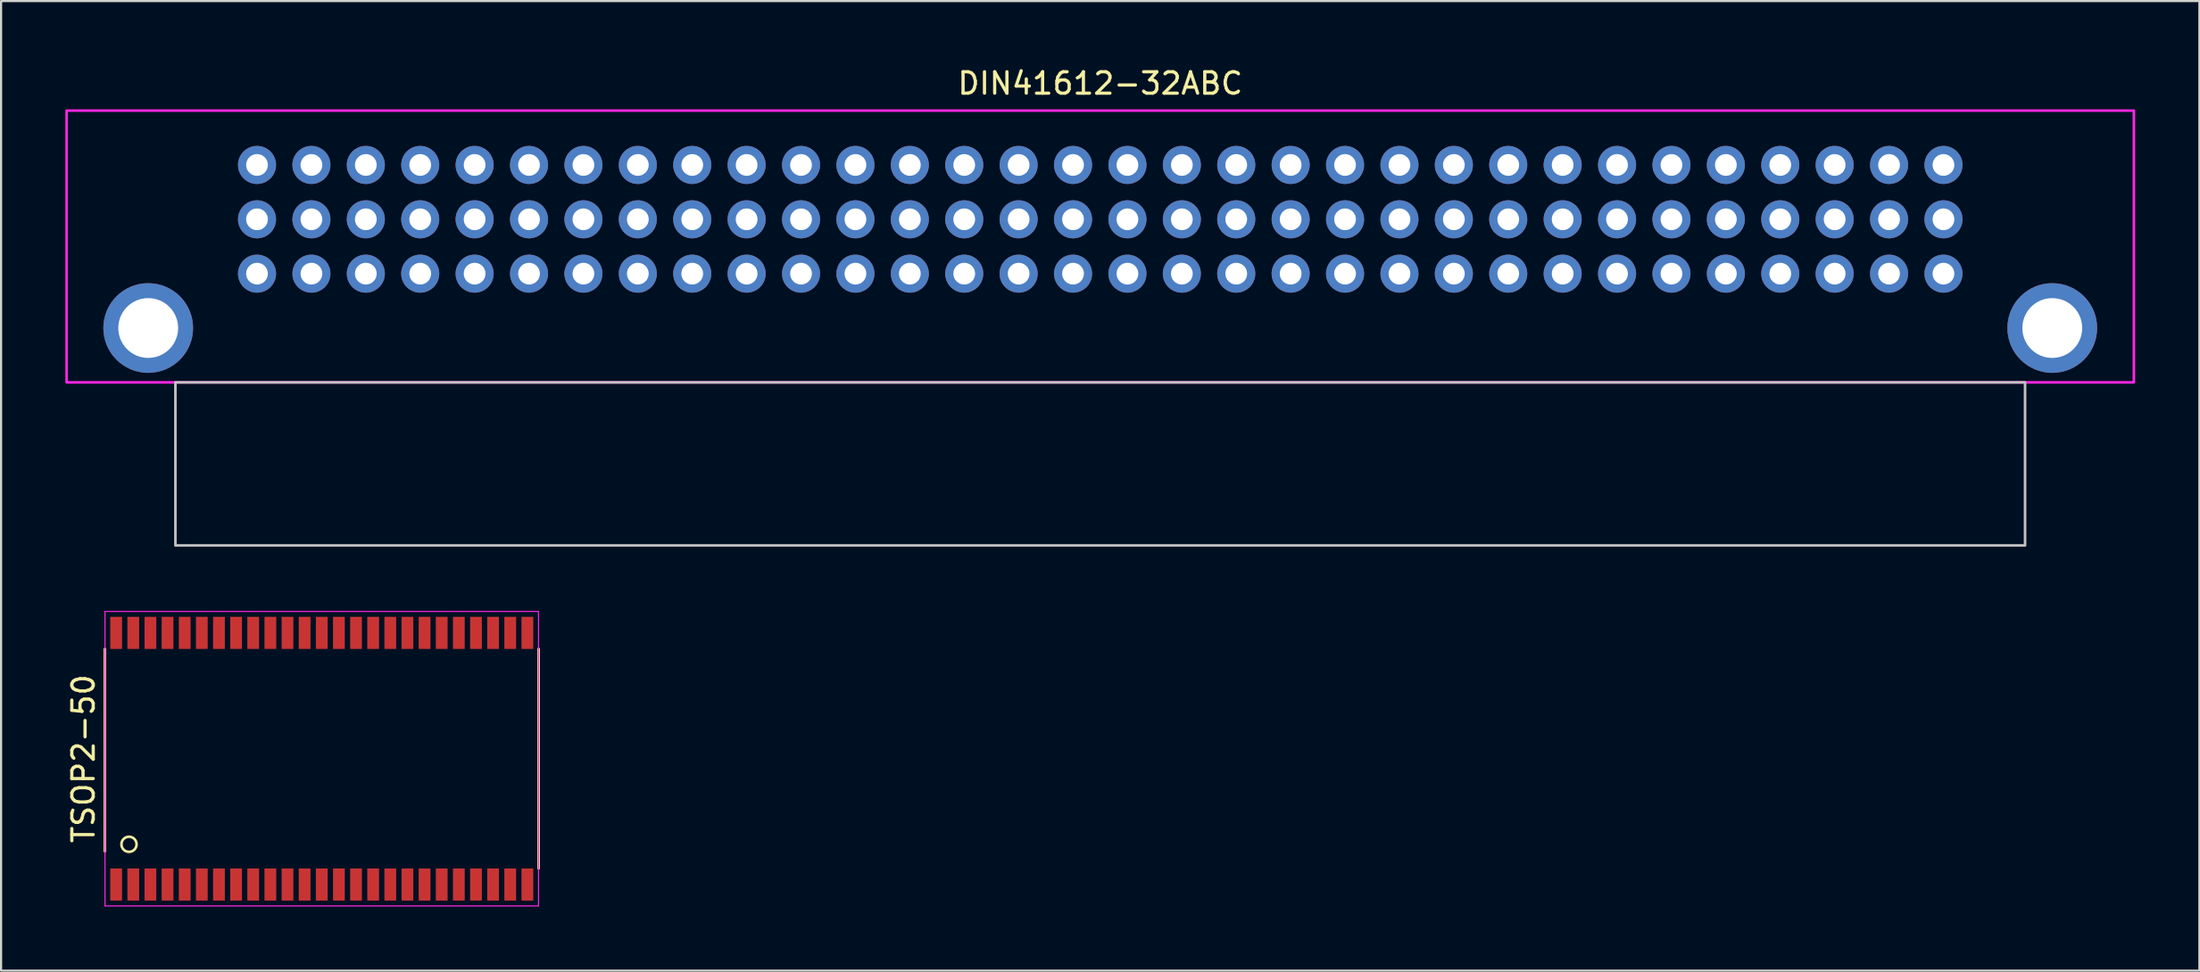
<source format=kicad_pcb>
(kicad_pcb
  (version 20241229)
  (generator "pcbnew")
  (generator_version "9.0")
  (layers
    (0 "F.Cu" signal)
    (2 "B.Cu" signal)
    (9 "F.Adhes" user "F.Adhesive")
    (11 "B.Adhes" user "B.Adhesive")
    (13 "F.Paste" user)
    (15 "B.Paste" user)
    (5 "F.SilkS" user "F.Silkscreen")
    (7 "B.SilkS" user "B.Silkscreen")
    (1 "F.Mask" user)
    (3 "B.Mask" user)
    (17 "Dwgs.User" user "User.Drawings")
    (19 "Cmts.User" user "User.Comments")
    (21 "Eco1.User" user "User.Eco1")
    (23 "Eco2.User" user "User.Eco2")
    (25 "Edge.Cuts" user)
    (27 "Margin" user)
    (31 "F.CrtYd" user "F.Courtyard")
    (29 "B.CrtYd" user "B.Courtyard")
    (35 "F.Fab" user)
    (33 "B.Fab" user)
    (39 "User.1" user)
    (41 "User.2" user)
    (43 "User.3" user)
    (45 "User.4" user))
  (footprint "DIN41612-32ABC"
    (layer "F.Cu")
    (at 48.32 12.278)
    (property "Reference" "DIN41612-32ABC" (at 0 -11.43 0) (unlocked yes) (layer "F.SilkS") (effects (font (size 1 1) (thickness 0.15))))
    (attr through_hole)
    (fp_rect (start -43.18 2.54) (end 43.18 10.16) (stroke (width 0.12) (type default)) (fill no) (layer "Dwgs.User"))
    (fp_rect (start -48.26 2.54) (end 48.26 -10.16) (stroke (width 0.12) (type default)) (fill no) (layer "F.CrtYd"))
    (pad "" thru_hole circle (at -44.45 0) (size 4.191 4.191) (drill 2.794) (layers "*.Cu" "*.Mask"))
    (pad "" thru_hole circle (at 44.45 0) (size 4.191 4.191) (drill 2.794) (layers "*.Cu" "*.Mask"))
    (pad "A1" thru_hole circle (at 39.37 -2.54) (size 1.778 1.778) (drill 1.016) (layers "*.Cu" "*.Mask"))
    (pad "A2" thru_hole circle (at 36.83 -2.54) (size 1.778 1.778) (drill 1.016) (layers "*.Cu" "*.Mask"))
    (pad "A3" thru_hole circle (at 34.29 -2.54) (size 1.778 1.778) (drill 1.016) (layers "*.Cu" "*.Mask"))
    (pad "A4" thru_hole circle (at 31.75 -2.54) (size 1.778 1.778) (drill 1.016) (layers "*.Cu" "*.Mask"))
    (pad "A5" thru_hole circle (at 29.21 -2.54) (size 1.778 1.778) (drill 1.016) (layers "*.Cu" "*.Mask"))
    (pad "A6" thru_hole circle (at 26.67 -2.54) (size 1.778 1.778) (drill 1.016) (layers "*.Cu" "*.Mask"))
    (pad "A7" thru_hole circle (at 24.13 -2.54) (size 1.778 1.778) (drill 1.016) (layers "*.Cu" "*.Mask"))
    (pad "A8" thru_hole circle (at 21.59 -2.54) (size 1.778 1.778) (drill 1.016) (layers "*.Cu" "*.Mask"))
    (pad "A9" thru_hole circle (at 19.05 -2.54) (size 1.778 1.778) (drill 1.016) (layers "*.Cu" "*.Mask"))
    (pad "A10" thru_hole circle (at 16.51 -2.54) (size 1.778 1.778) (drill 1.016) (layers "*.Cu" "*.Mask"))
    (pad "A11" thru_hole circle (at 13.97 -2.54) (size 1.778 1.778) (drill 1.016) (layers "*.Cu" "*.Mask"))
    (pad "A12" thru_hole circle (at 11.43 -2.54) (size 1.778 1.778) (drill 1.016) (layers "*.Cu" "*.Mask"))
    (pad "A13" thru_hole circle (at 8.89 -2.54) (size 1.778 1.778) (drill 1.016) (layers "*.Cu" "*.Mask"))
    (pad "A14" thru_hole circle (at 6.35 -2.54) (size 1.778 1.778) (drill 1.016) (layers "*.Cu" "*.Mask"))
    (pad "A15" thru_hole circle (at 3.81 -2.54) (size 1.778 1.778) (drill 1.016) (layers "*.Cu" "*.Mask"))
    (pad "A16" thru_hole circle (at 1.27 -2.54) (size 1.778 1.778) (drill 1.016) (layers "*.Cu" "*.Mask"))
    (pad "A17" thru_hole circle (at -1.27 -2.54) (size 1.778 1.778) (drill 1.016) (layers "*.Cu" "*.Mask"))
    (pad "A18" thru_hole circle (at -3.81 -2.54) (size 1.778 1.778) (drill 1.016) (layers "*.Cu" "*.Mask"))
    (pad "A19" thru_hole circle (at -6.35 -2.54) (size 1.778 1.778) (drill 1.016) (layers "*.Cu" "*.Mask"))
    (pad "A20" thru_hole circle (at -8.89 -2.54) (size 1.778 1.778) (drill 1.016) (layers "*.Cu" "*.Mask"))
    (pad "A21" thru_hole circle (at -11.43 -2.54) (size 1.778 1.778) (drill 1.016) (layers "*.Cu" "*.Mask"))
    (pad "A22" thru_hole circle (at -13.97 -2.54) (size 1.778 1.778) (drill 1.016) (layers "*.Cu" "*.Mask"))
    (pad "A23" thru_hole circle (at -16.51 -2.54) (size 1.778 1.778) (drill 1.016) (layers "*.Cu" "*.Mask"))
    (pad "A24" thru_hole circle (at -19.05 -2.54) (size 1.778 1.778) (drill 1.016) (layers "*.Cu" "*.Mask"))
    (pad "A25" thru_hole circle (at -21.59 -2.54) (size 1.778 1.778) (drill 1.016) (layers "*.Cu" "*.Mask"))
    (pad "A26" thru_hole circle (at -24.13 -2.54) (size 1.778 1.778) (drill 1.016) (layers "*.Cu" "*.Mask"))
    (pad "A27" thru_hole circle (at -26.67 -2.54) (size 1.778 1.778) (drill 1.016) (layers "*.Cu" "*.Mask"))
    (pad "A28" thru_hole circle (at -29.21 -2.54) (size 1.778 1.778) (drill 1.016) (layers "*.Cu" "*.Mask"))
    (pad "A29" thru_hole circle (at -31.75 -2.54) (size 1.778 1.778) (drill 1.016) (layers "*.Cu" "*.Mask"))
    (pad "A30" thru_hole circle (at -34.29 -2.54) (size 1.778 1.778) (drill 1.016) (layers "*.Cu" "*.Mask"))
    (pad "A31" thru_hole circle (at -36.83 -2.54) (size 1.778 1.778) (drill 1.016) (layers "*.Cu" "*.Mask"))
    (pad "A32" thru_hole circle (at -39.37 -2.54) (size 1.778 1.778) (drill 1.016) (layers "*.Cu" "*.Mask"))
    (pad "B1" thru_hole circle (at 39.37 -5.08) (size 1.778 1.778) (drill 1.016) (layers "*.Cu" "*.Mask"))
    (pad "B2" thru_hole circle (at 36.83 -5.08) (size 1.778 1.778) (drill 1.016) (layers "*.Cu" "*.Mask"))
    (pad "B3" thru_hole circle (at 34.29 -5.08) (size 1.778 1.778) (drill 1.016) (layers "*.Cu" "*.Mask"))
    (pad "B4" thru_hole circle (at 31.75 -5.08) (size 1.778 1.778) (drill 1.016) (layers "*.Cu" "*.Mask"))
    (pad "B5" thru_hole circle (at 29.21 -5.08) (size 1.778 1.778) (drill 1.016) (layers "*.Cu" "*.Mask"))
    (pad "B6" thru_hole circle (at 26.67 -5.08) (size 1.778 1.778) (drill 1.016) (layers "*.Cu" "*.Mask"))
    (pad "B7" thru_hole circle (at 24.13 -5.08) (size 1.778 1.778) (drill 1.016) (layers "*.Cu" "*.Mask"))
    (pad "B8" thru_hole circle (at 21.59 -5.08) (size 1.778 1.778) (drill 1.016) (layers "*.Cu" "*.Mask"))
    (pad "B9" thru_hole circle (at 19.05 -5.08) (size 1.778 1.778) (drill 1.016) (layers "*.Cu" "*.Mask"))
    (pad "B10" thru_hole circle (at 16.51 -5.08) (size 1.778 1.778) (drill 1.016) (layers "*.Cu" "*.Mask"))
    (pad "B11" thru_hole circle (at 13.97 -5.08) (size 1.778 1.778) (drill 1.016) (layers "*.Cu" "*.Mask"))
    (pad "B12" thru_hole circle (at 11.43 -5.08) (size 1.778 1.778) (drill 1.016) (layers "*.Cu" "*.Mask"))
    (pad "B13" thru_hole circle (at 8.89 -5.08) (size 1.778 1.778) (drill 1.016) (layers "*.Cu" "*.Mask"))
    (pad "B14" thru_hole circle (at 6.35 -5.08) (size 1.778 1.778) (drill 1.016) (layers "*.Cu" "*.Mask"))
    (pad "B15" thru_hole circle (at 3.81 -5.08) (size 1.778 1.778) (drill 1.016) (layers "*.Cu" "*.Mask"))
    (pad "B16" thru_hole circle (at 1.27 -5.08) (size 1.778 1.778) (drill 1.016) (layers "*.Cu" "*.Mask"))
    (pad "B17" thru_hole circle (at -1.27 -5.08) (size 1.778 1.778) (drill 1.016) (layers "*.Cu" "*.Mask"))
    (pad "B18" thru_hole circle (at -3.81 -5.08) (size 1.778 1.778) (drill 1.016) (layers "*.Cu" "*.Mask"))
    (pad "B19" thru_hole circle (at -6.35 -5.08) (size 1.778 1.778) (drill 1.016) (layers "*.Cu" "*.Mask"))
    (pad "B20" thru_hole circle (at -8.89 -5.08) (size 1.778 1.778) (drill 1.016) (layers "*.Cu" "*.Mask"))
    (pad "B21" thru_hole circle (at -11.43 -5.08) (size 1.778 1.778) (drill 1.016) (layers "*.Cu" "*.Mask"))
    (pad "B22" thru_hole circle (at -13.97 -5.08) (size 1.778 1.778) (drill 1.016) (layers "*.Cu" "*.Mask"))
    (pad "B23" thru_hole circle (at -16.51 -5.08) (size 1.778 1.778) (drill 1.016) (layers "*.Cu" "*.Mask"))
    (pad "B24" thru_hole circle (at -19.05 -5.08) (size 1.778 1.778) (drill 1.016) (layers "*.Cu" "*.Mask"))
    (pad "B25" thru_hole circle (at -21.59 -5.08) (size 1.778 1.778) (drill 1.016) (layers "*.Cu" "*.Mask"))
    (pad "B26" thru_hole circle (at -24.13 -5.08) (size 1.778 1.778) (drill 1.016) (layers "*.Cu" "*.Mask"))
    (pad "B27" thru_hole circle (at -26.67 -5.08) (size 1.778 1.778) (drill 1.016) (layers "*.Cu" "*.Mask"))
    (pad "B28" thru_hole circle (at -29.21 -5.08) (size 1.778 1.778) (drill 1.016) (layers "*.Cu" "*.Mask"))
    (pad "B29" thru_hole circle (at -31.75 -5.08) (size 1.778 1.778) (drill 1.016) (layers "*.Cu" "*.Mask"))
    (pad "B30" thru_hole circle (at -34.29 -5.08) (size 1.778 1.778) (drill 1.016) (layers "*.Cu" "*.Mask"))
    (pad "B31" thru_hole circle (at -36.83 -5.08) (size 1.778 1.778) (drill 1.016) (layers "*.Cu" "*.Mask"))
    (pad "B32" thru_hole circle (at -39.37 -5.08) (size 1.778 1.778) (drill 1.016) (layers "*.Cu" "*.Mask"))
    (pad "C1" thru_hole circle (at 39.37 -7.62) (size 1.778 1.778) (drill 1.016) (layers "*.Cu" "*.Mask"))
    (pad "C2" thru_hole circle (at 36.83 -7.62) (size 1.778 1.778) (drill 1.016) (layers "*.Cu" "*.Mask"))
    (pad "C3" thru_hole circle (at 34.29 -7.62) (size 1.778 1.778) (drill 1.016) (layers "*.Cu" "*.Mask"))
    (pad "C4" thru_hole circle (at 31.75 -7.62) (size 1.778 1.778) (drill 1.016) (layers "*.Cu" "*.Mask"))
    (pad "C5" thru_hole circle (at 29.21 -7.62) (size 1.778 1.778) (drill 1.016) (layers "*.Cu" "*.Mask"))
    (pad "C6" thru_hole circle (at 26.67 -7.62) (size 1.778 1.778) (drill 1.016) (layers "*.Cu" "*.Mask"))
    (pad "C7" thru_hole circle (at 24.13 -7.62) (size 1.778 1.778) (drill 1.016) (layers "*.Cu" "*.Mask"))
    (pad "C8" thru_hole circle (at 21.59 -7.62) (size 1.778 1.778) (drill 1.016) (layers "*.Cu" "*.Mask"))
    (pad "C9" thru_hole circle (at 19.05 -7.62) (size 1.778 1.778) (drill 1.016) (layers "*.Cu" "*.Mask"))
    (pad "C10" thru_hole circle (at 16.51 -7.62) (size 1.778 1.778) (drill 1.016) (layers "*.Cu" "*.Mask"))
    (pad "C11" thru_hole circle (at 13.97 -7.62) (size 1.778 1.778) (drill 1.016) (layers "*.Cu" "*.Mask"))
    (pad "C12" thru_hole circle (at 11.43 -7.62) (size 1.778 1.778) (drill 1.016) (layers "*.Cu" "*.Mask"))
    (pad "C13" thru_hole circle (at 8.89 -7.62) (size 1.778 1.778) (drill 1.016) (layers "*.Cu" "*.Mask"))
    (pad "C14" thru_hole circle (at 6.35 -7.62) (size 1.778 1.778) (drill 1.016) (layers "*.Cu" "*.Mask"))
    (pad "C15" thru_hole circle (at 3.81 -7.62) (size 1.778 1.778) (drill 1.016) (layers "*.Cu" "*.Mask"))
    (pad "C16" thru_hole circle (at 1.27 -7.62) (size 1.778 1.778) (drill 1.016) (layers "*.Cu" "*.Mask"))
    (pad "C17" thru_hole circle (at -1.27 -7.62) (size 1.778 1.778) (drill 1.016) (layers "*.Cu" "*.Mask"))
    (pad "C18" thru_hole circle (at -3.81 -7.62) (size 1.778 1.778) (drill 1.016) (layers "*.Cu" "*.Mask"))
    (pad "C19" thru_hole circle (at -6.35 -7.62) (size 1.778 1.778) (drill 1.016) (layers "*.Cu" "*.Mask"))
    (pad "C20" thru_hole circle (at -8.89 -7.62) (size 1.778 1.778) (drill 1.016) (layers "*.Cu" "*.Mask"))
    (pad "C21" thru_hole circle (at -11.43 -7.62) (size 1.778 1.778) (drill 1.016) (layers "*.Cu" "*.Mask"))
    (pad "C22" thru_hole circle (at -13.97 -7.62) (size 1.778 1.778) (drill 1.016) (layers "*.Cu" "*.Mask"))
    (pad "C23" thru_hole circle (at -16.51 -7.62) (size 1.778 1.778) (drill 1.016) (layers "*.Cu" "*.Mask"))
    (pad "C24" thru_hole circle (at -19.05 -7.62) (size 1.778 1.778) (drill 1.016) (layers "*.Cu" "*.Mask"))
    (pad "C25" thru_hole circle (at -21.59 -7.62) (size 1.778 1.778) (drill 1.016) (layers "*.Cu" "*.Mask"))
    (pad "C26" thru_hole circle (at -24.13 -7.62) (size 1.778 1.778) (drill 1.016) (layers "*.Cu" "*.Mask"))
    (pad "C27" thru_hole circle (at -26.67 -7.62) (size 1.778 1.778) (drill 1.016) (layers "*.Cu" "*.Mask"))
    (pad "C28" thru_hole circle (at -29.21 -7.62) (size 1.778 1.778) (drill 1.016) (layers "*.Cu" "*.Mask"))
    (pad "C29" thru_hole circle (at -31.75 -7.62) (size 1.778 1.778) (drill 1.016) (layers "*.Cu" "*.Mask"))
    (pad "C30" thru_hole circle (at -34.29 -7.62) (size 1.778 1.778) (drill 1.016) (layers "*.Cu" "*.Mask"))
    (pad "C31" thru_hole circle (at -36.83 -7.62) (size 1.778 1.778) (drill 1.016) (layers "*.Cu" "*.Mask"))
    (pad "C32" thru_hole circle (at -39.37 -7.62) (size 1.778 1.778) (drill 1.016) (layers "*.Cu" "*.Mask")))
  (footprint "TSOP2-50"
    (layer "F.Cu")
    (at 11.973 32.403)
    (property "Reference" "TSOP2-50" (at -11.125 0 90) (layer "F.SilkS") (effects (font (size 1 1) (thickness 0.15))))
    (attr smd)
    (fp_line (start -10.125 4.33) (end -10.125 -5.13) (stroke (width 0.12) (type default)) (layer "F.SilkS"))
    (fp_line (start 10.125 -5.13) (end 10.125 5.13) (stroke (width 0.12) (type default)) (layer "F.SilkS"))
    (fp_circle (center -9 4) (end -8.75 3.75) (stroke (width 0.12) (type default)) (fill no) (layer "F.SilkS"))
    (fp_line (start -10.12 -6.88) (end 10.12 -6.88) (stroke (width 0.05) (type default)) (layer "F.CrtYd"))
    (fp_line (start -10.12 6.88) (end -10.12 -6.88) (stroke (width 0.05) (type default)) (layer "F.CrtYd"))
    (fp_line (start 10.12 -6.88) (end 10.12 6.88) (stroke (width 0.05) (type default)) (layer "F.CrtYd"))
    (fp_line (start 10.12 6.88) (end -10.12 6.88) (stroke (width 0.05) (type default)) (layer "F.CrtYd"))
    (pad "1" smd rect (at -9.6 5.88) (size 0.55 1.5) (layers "F.Cu" "F.Mask" "F.Paste"))
    (pad "2" smd rect (at -8.8 5.88) (size 0.55 1.5) (layers "F.Cu" "F.Mask" "F.Paste"))
    (pad "3" smd rect (at -8 5.88) (size 0.55 1.5) (layers "F.Cu" "F.Mask" "F.Paste"))
    (pad "4" smd rect (at -7.2 5.88) (size 0.55 1.5) (layers "F.Cu" "F.Mask" "F.Paste"))
    (pad "5" smd rect (at -6.4 5.88) (size 0.55 1.5) (layers "F.Cu" "F.Mask" "F.Paste"))
    (pad "6" smd rect (at -5.6 5.88) (size 0.55 1.5) (layers "F.Cu" "F.Mask" "F.Paste"))
    (pad "7" smd rect (at -4.8 5.88) (size 0.55 1.5) (layers "F.Cu" "F.Mask" "F.Paste"))
    (pad "8" smd rect (at -4 5.88) (size 0.55 1.5) (layers "F.Cu" "F.Mask" "F.Paste"))
    (pad "9" smd rect (at -3.2 5.88) (size 0.55 1.5) (layers "F.Cu" "F.Mask" "F.Paste"))
    (pad "10" smd rect (at -2.4 5.88) (size 0.55 1.5) (layers "F.Cu" "F.Mask" "F.Paste"))
    (pad "11" smd rect (at -1.6 5.88) (size 0.55 1.5) (layers "F.Cu" "F.Mask" "F.Paste"))
    (pad "12" smd rect (at -0.8 5.88) (size 0.55 1.5) (layers "F.Cu" "F.Mask" "F.Paste"))
    (pad "13" smd rect (at 0 5.88) (size 0.55 1.5) (layers "F.Cu" "F.Mask" "F.Paste"))
    (pad "14" smd rect (at 0.8 5.88) (size 0.55 1.5) (layers "F.Cu" "F.Mask" "F.Paste"))
    (pad "15" smd rect (at 1.6 5.88) (size 0.55 1.5) (layers "F.Cu" "F.Mask" "F.Paste"))
    (pad "16" smd rect (at 2.4 5.88) (size 0.55 1.5) (layers "F.Cu" "F.Mask" "F.Paste"))
    (pad "17" smd rect (at 3.2 5.88) (size 0.55 1.5) (layers "F.Cu" "F.Mask" "F.Paste"))
    (pad "18" smd rect (at 4 5.88) (size 0.55 1.5) (layers "F.Cu" "F.Mask" "F.Paste"))
    (pad "19" smd rect (at 4.8 5.88) (size 0.55 1.5) (layers "F.Cu" "F.Mask" "F.Paste"))
    (pad "20" smd rect (at 5.6 5.88) (size 0.55 1.5) (layers "F.Cu" "F.Mask" "F.Paste"))
    (pad "21" smd rect (at 6.4 5.88) (size 0.55 1.5) (layers "F.Cu" "F.Mask" "F.Paste"))
    (pad "22" smd rect (at 7.2 5.88) (size 0.55 1.5) (layers "F.Cu" "F.Mask" "F.Paste"))
    (pad "23" smd rect (at 8 5.88) (size 0.55 1.5) (layers "F.Cu" "F.Mask" "F.Paste"))
    (pad "24" smd rect (at 8.8 5.88) (size 0.55 1.5) (layers "F.Cu" "F.Mask" "F.Paste"))
    (pad "25" smd rect (at 9.6 5.88) (size 0.55 1.5) (layers "F.Cu" "F.Mask" "F.Paste"))
    (pad "26" smd rect (at 9.6 -5.88) (size 0.55 1.5) (layers "F.Cu" "F.Mask" "F.Paste"))
    (pad "27" smd rect (at 8.8 -5.88) (size 0.55 1.5) (layers "F.Cu" "F.Mask" "F.Paste"))
    (pad "28" smd rect (at 8 -5.88) (size 0.55 1.5) (layers "F.Cu" "F.Mask" "F.Paste"))
    (pad "29" smd rect (at 7.2 -5.88) (size 0.55 1.5) (layers "F.Cu" "F.Mask" "F.Paste"))
    (pad "30" smd rect (at 6.4 -5.88) (size 0.55 1.5) (layers "F.Cu" "F.Mask" "F.Paste"))
    (pad "31" smd rect (at 5.6 -5.88) (size 0.55 1.5) (layers "F.Cu" "F.Mask" "F.Paste"))
    (pad "32" smd rect (at 4.8 -5.88) (size 0.55 1.5) (layers "F.Cu" "F.Mask" "F.Paste"))
    (pad "33" smd rect (at 4 -5.88) (size 0.55 1.5) (layers "F.Cu" "F.Mask" "F.Paste"))
    (pad "34" smd rect (at 3.2 -5.88) (size 0.55 1.5) (layers "F.Cu" "F.Mask" "F.Paste"))
    (pad "35" smd rect (at 2.4 -5.88) (size 0.55 1.5) (layers "F.Cu" "F.Mask" "F.Paste"))
    (pad "36" smd rect (at 1.6 -5.88) (size 0.55 1.5) (layers "F.Cu" "F.Mask" "F.Paste"))
    (pad "37" smd rect (at 0.8 -5.88) (size 0.55 1.5) (layers "F.Cu" "F.Mask" "F.Paste"))
    (pad "38" smd rect (at 0 -5.88) (size 0.55 1.5) (layers "F.Cu" "F.Mask" "F.Paste"))
    (pad "39" smd rect (at -0.8 -5.88) (size 0.55 1.5) (layers "F.Cu" "F.Mask" "F.Paste"))
    (pad "40" smd rect (at -1.6 -5.88) (size 0.55 1.5) (layers "F.Cu" "F.Mask" "F.Paste"))
    (pad "41" smd rect (at -2.4 -5.88) (size 0.55 1.5) (layers "F.Cu" "F.Mask" "F.Paste"))
    (pad "42" smd rect (at -3.2 -5.88) (size 0.55 1.5) (layers "F.Cu" "F.Mask" "F.Paste"))
    (pad "43" smd rect (at -4 -5.88) (size 0.55 1.5) (layers "F.Cu" "F.Mask" "F.Paste"))
    (pad "44" smd rect (at -4.8 -5.88) (size 0.55 1.5) (layers "F.Cu" "F.Mask" "F.Paste"))
    (pad "45" smd rect (at -5.6 -5.88) (size 0.55 1.5) (layers "F.Cu" "F.Mask" "F.Paste"))
    (pad "46" smd rect (at -6.4 -5.88) (size 0.55 1.5) (layers "F.Cu" "F.Mask" "F.Paste"))
    (pad "47" smd rect (at -7.2 -5.88) (size 0.55 1.5) (layers "F.Cu" "F.Mask" "F.Paste"))
    (pad "48" smd rect (at -8 -5.88) (size 0.55 1.5) (layers "F.Cu" "F.Mask" "F.Paste"))
    (pad "49" smd rect (at -8.8 -5.88) (size 0.55 1.5) (layers "F.Cu" "F.Mask" "F.Paste"))
    (pad "50" smd rect (at -9.6 -5.88) (size 0.55 1.5) (layers "F.Cu" "F.Mask" "F.Paste")))
  (gr_rect
    (start -3 -3)
    (end 99.64 42.308)
    (stroke (width 0.1) (type default))
    (fill no)
    (layer "Edge.Cuts")))
</source>
